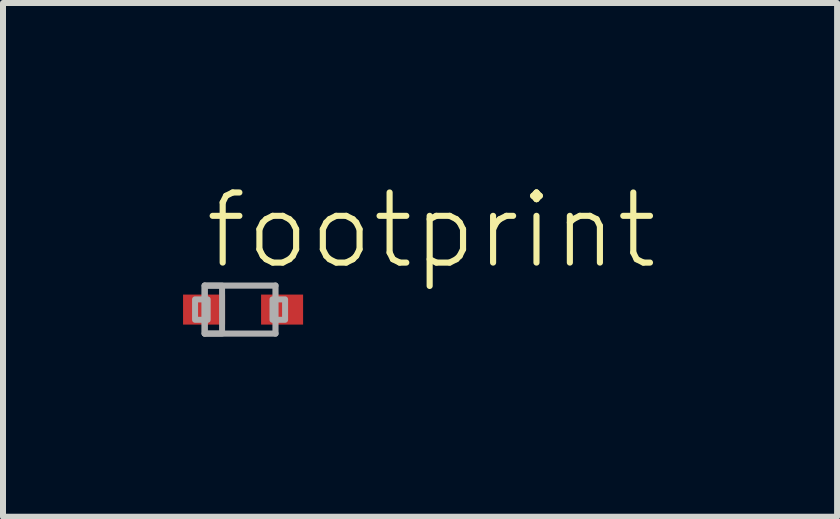
<source format=kicad_pcb>
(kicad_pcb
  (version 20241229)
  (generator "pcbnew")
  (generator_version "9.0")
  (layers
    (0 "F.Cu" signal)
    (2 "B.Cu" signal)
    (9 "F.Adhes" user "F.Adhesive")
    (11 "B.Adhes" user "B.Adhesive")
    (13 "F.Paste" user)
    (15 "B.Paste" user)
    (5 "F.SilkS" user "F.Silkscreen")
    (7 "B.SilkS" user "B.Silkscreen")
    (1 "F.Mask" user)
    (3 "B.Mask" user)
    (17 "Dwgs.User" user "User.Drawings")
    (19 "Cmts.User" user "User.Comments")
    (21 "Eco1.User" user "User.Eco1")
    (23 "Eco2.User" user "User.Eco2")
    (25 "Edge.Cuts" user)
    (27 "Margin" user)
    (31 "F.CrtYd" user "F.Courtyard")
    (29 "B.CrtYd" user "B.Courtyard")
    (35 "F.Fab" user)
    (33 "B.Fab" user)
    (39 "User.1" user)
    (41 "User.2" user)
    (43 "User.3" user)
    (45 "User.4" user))
  (footprint "footprint"
    (layer "F.Cu")
    (at 0.95 2.108)
    (property "Reference" "footprint" (at -0.635 -0.635 0) (layer "F.SilkS") (effects (font (size 1.168 1.168) (thickness 0.102)) (justify left bottom)))
    (fp_line (start -0.59 -0.4) (end 0.59 -0.4) (stroke (width 0.102) (type solid)) (layer "F.Fab"))
    (fp_line (start -0.59 0.4) (end -0.59 -0.4) (stroke (width 0.102) (type solid)) (layer "F.Fab"))
    (fp_line (start 0.59 -0.4) (end 0.59 0.4) (stroke (width 0.102) (type solid)) (layer "F.Fab"))
    (fp_line (start 0.59 0.4) (end -0.59 0.4) (stroke (width 0.102) (type solid)) (layer "F.Fab"))
    (fp_poly (pts (xy -0.75 0.17) (xy -0.54 0.17) (xy -0.54 -0.17) (xy -0.75 -0.17)) (stroke (width 0.1) (type solid)) (fill no) (layer "F.Fab"))
    (fp_poly (pts (xy -0.59 0.4) (xy -0.3 0.4) (xy -0.3 -0.4) (xy -0.59 -0.4)) (stroke (width 0.1) (type solid)) (fill no) (layer "F.Fab"))
    (fp_poly (pts (xy 0.54 0.17) (xy 0.75 0.17) (xy 0.75 -0.17) (xy 0.54 -0.17)) (stroke (width 0.1) (type solid)) (fill no) (layer "F.Fab"))
    (pad "A" smd rect (at 0.7 0) (size 0.7 0.5) (layers "F.Cu" "F.Mask" "F.Paste"))
    (pad "C" smd rect (at -0.6 0) (size 0.7 0.5) (layers "F.Cu" "F.Mask" "F.Paste")))
  (gr_rect
    (start -3 -3)
    (end 10.897 5.559)
    (stroke (width 0.1) (type default))
    (fill no)
    (layer "Edge.Cuts")))
</source>
